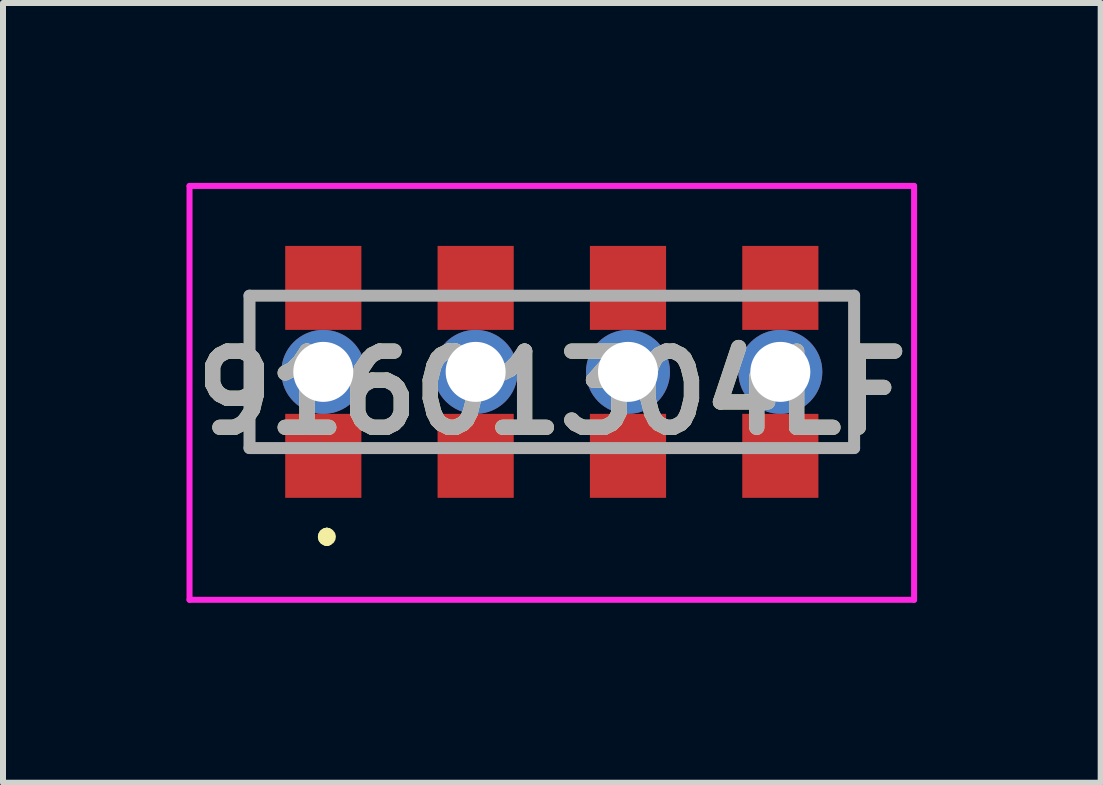
<source format=kicad_pcb>
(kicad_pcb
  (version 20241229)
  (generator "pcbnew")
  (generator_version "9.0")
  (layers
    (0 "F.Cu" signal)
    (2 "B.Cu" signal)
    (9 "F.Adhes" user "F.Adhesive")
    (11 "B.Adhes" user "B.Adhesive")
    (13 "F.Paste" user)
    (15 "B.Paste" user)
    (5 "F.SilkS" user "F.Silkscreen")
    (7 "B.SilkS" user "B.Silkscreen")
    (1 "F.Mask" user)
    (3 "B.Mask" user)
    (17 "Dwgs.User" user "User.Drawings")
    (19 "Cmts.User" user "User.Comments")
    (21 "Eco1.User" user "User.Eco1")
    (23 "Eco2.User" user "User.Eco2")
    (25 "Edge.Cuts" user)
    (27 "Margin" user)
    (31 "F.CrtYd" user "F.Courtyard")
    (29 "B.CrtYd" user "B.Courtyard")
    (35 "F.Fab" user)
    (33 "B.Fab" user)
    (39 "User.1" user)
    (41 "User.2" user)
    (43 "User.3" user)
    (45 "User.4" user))
  (footprint "91601304LF"
    (layer "F.Cu")
    (at 6.15 3.15)
    (property "Reference" "91601304LF" (at 0 0.35 0) (layer "F.SilkS") (effects (font (size 1.27 1.27) (thickness 0.254))))
    (attr through_hole)
    (fp_line (start -5 -1.25) (end -5 -1.25) (stroke (width 0.1) (type solid)) (layer "F.SilkS"))
    (fp_line (start -5 -1.25) (end -5 1.25) (stroke (width 0.1) (type solid)) (layer "F.SilkS"))
    (fp_line (start -5 1.25) (end -5 -1.25) (stroke (width 0.1) (type solid)) (layer "F.SilkS"))
    (fp_line (start -5 1.25) (end -5 1.25) (stroke (width 0.1) (type solid)) (layer "F.SilkS"))
    (fp_line (start -3.75 2.7) (end -3.75 2.7) (stroke (width 0.2) (type solid)) (layer "F.SilkS"))
    (fp_line (start -3.75 2.7) (end -3.75 2.7) (stroke (width 0.2) (type solid)) (layer "F.SilkS"))
    (fp_line (start -3.75 2.8) (end -3.75 2.8) (stroke (width 0.2) (type solid)) (layer "F.SilkS"))
    (fp_line (start 5.04 -1.25) (end 5.04 -1.25) (stroke (width 0.1) (type solid)) (layer "F.SilkS"))
    (fp_line (start 5.04 -1.25) (end 5.04 1.27) (stroke (width 0.1) (type solid)) (layer "F.SilkS"))
    (fp_line (start 5.04 1.27) (end 5.04 -1.25) (stroke (width 0.1) (type solid)) (layer "F.SilkS"))
    (fp_line (start 5.04 1.27) (end 5.04 1.27) (stroke (width 0.1) (type solid)) (layer "F.SilkS"))
    (fp_arc (start -3.75 2.7) (mid -3.7 2.75) (end -3.75 2.8) (stroke (width 0.2) (type solid)) (layer "F.SilkS"))
    (fp_arc (start -3.75 2.8) (mid -3.8 2.75) (end -3.75 2.7) (stroke (width 0.2) (type solid)) (layer "F.SilkS"))
    (fp_arc (start -3.75 2.8) (mid -3.8 2.75) (end -3.75 2.7) (stroke (width 0.2) (type solid)) (layer "F.SilkS"))
    (fp_line (start -6.04 -3.1) (end 6.04 -3.1) (stroke (width 0.1) (type solid)) (layer "F.CrtYd"))
    (fp_line (start -6.04 3.8) (end -6.04 -3.1) (stroke (width 0.1) (type solid)) (layer "F.CrtYd"))
    (fp_line (start 6.04 -3.1) (end 6.04 3.8) (stroke (width 0.1) (type solid)) (layer "F.CrtYd"))
    (fp_line (start 6.04 3.8) (end -6.04 3.8) (stroke (width 0.1) (type solid)) (layer "F.CrtYd"))
    (fp_line (start -5.04 -1.27) (end -5.04 1.27) (stroke (width 0.2) (type solid)) (layer "F.Fab"))
    (fp_line (start -5.04 1.27) (end 5.04 1.27) (stroke (width 0.2) (type solid)) (layer "F.Fab"))
    (fp_line (start 5.04 -1.27) (end -5.04 -1.27) (stroke (width 0.2) (type solid)) (layer "F.Fab"))
    (fp_line (start 5.04 1.27) (end 5.04 -1.27) (stroke (width 0.2) (type solid)) (layer "F.Fab"))
    (fp_text user "${REFERENCE}" (at 0 0.35 0) (layer "F.Fab") (effects (font (size 1.27 1.27) (thickness 0.254))))
    (pad "1" smd rect (at -3.81 -1.4) (size 1.27 1.4) (layers "F.Cu" "F.Mask" "F.Paste"))
    (pad "1" thru_hole circle (at -3.81 0) (size 1.4 1.4) (drill 1) (layers "*.Cu" "*.Mask"))
    (pad "1" smd rect (at -3.81 1.4) (size 1.27 1.4) (layers "F.Cu" "F.Mask" "F.Paste"))
    (pad "3" smd rect (at -1.27 -1.4) (size 1.27 1.4) (layers "F.Cu" "F.Mask" "F.Paste"))
    (pad "3" thru_hole circle (at -1.27 0) (size 1.4 1.4) (drill 1) (layers "*.Cu" "*.Mask"))
    (pad "3" smd rect (at -1.27 1.4) (size 1.27 1.4) (layers "F.Cu" "F.Mask" "F.Paste"))
    (pad "5" smd rect (at 1.27 -1.4) (size 1.27 1.4) (layers "F.Cu" "F.Mask" "F.Paste"))
    (pad "5" thru_hole circle (at 1.27 0) (size 1.4 1.4) (drill 1) (layers "*.Cu" "*.Mask"))
    (pad "5" smd rect (at 1.27 1.4) (size 1.27 1.4) (layers "F.Cu" "F.Mask" "F.Paste"))
    (pad "7" smd rect (at 3.81 -1.4) (size 1.27 1.4) (layers "F.Cu" "F.Mask" "F.Paste"))
    (pad "7" thru_hole circle (at 3.81 0) (size 1.4 1.4) (drill 1) (layers "*.Cu" "*.Mask"))
    (pad "7" smd rect (at 3.81 1.4) (size 1.27 1.4) (layers "F.Cu" "F.Mask" "F.Paste")))
  (gr_rect
    (start -3 -3)
    (end 15.301 10)
    (stroke (width 0.1) (type default))
    (fill no)
    (layer "Edge.Cuts")))
</source>
